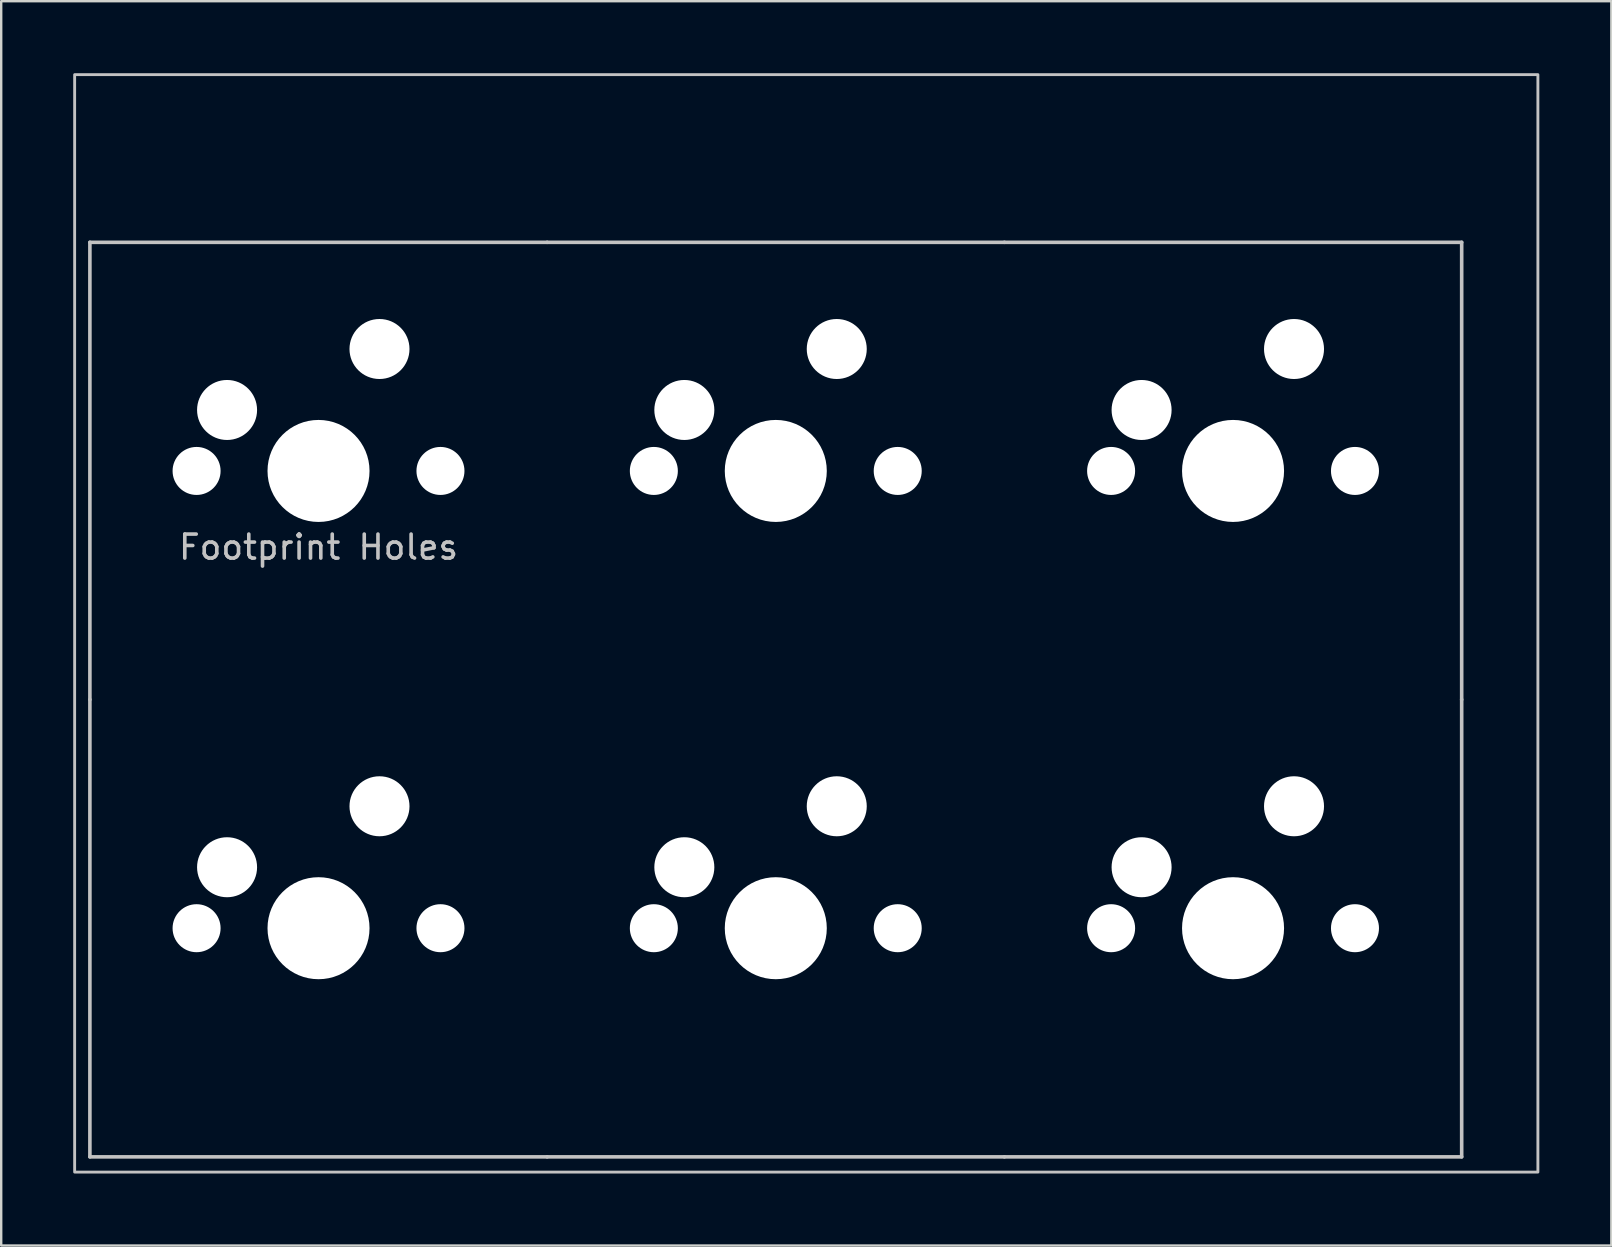
<source format=kicad_pcb>
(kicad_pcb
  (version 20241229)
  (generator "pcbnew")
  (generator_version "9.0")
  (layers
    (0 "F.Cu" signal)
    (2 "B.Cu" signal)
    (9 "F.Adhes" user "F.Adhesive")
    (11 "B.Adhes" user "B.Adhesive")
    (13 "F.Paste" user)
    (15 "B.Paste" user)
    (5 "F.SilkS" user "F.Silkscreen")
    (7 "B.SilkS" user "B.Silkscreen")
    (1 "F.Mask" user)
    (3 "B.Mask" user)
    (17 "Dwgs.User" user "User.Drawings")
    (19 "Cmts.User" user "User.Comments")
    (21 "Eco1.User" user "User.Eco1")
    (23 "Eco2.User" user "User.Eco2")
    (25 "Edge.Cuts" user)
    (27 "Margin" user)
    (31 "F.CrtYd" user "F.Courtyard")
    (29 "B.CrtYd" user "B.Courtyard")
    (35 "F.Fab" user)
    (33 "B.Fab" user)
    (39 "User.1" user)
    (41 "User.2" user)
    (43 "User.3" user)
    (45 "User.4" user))
  (footprint "Footprint Holes"
    (layer "F.Cu")
    (at 29.27 25.46)
    (property "Reference" "Footprint Holes" (at -19.05 -5.715 0) (layer "Dwgs.User") (effects (font (size 1 1) (thickness 0.15))))
    (attr through_hole)
    (fp_line (start -28.575 -18.415) (end -9.525 -18.415) (stroke (width 0.15) (type solid)) (layer "Dwgs.User"))
    (fp_line (start -28.575 0.635) (end -28.575 -18.415) (stroke (width 0.15) (type solid)) (layer "Dwgs.User"))
    (fp_line (start -28.575 19.685) (end -28.575 0.635) (stroke (width 0.15) (type solid)) (layer "Dwgs.User"))
    (fp_line (start -9.525 -18.415) (end 9.525 -18.415) (stroke (width 0.15) (type solid)) (layer "Dwgs.User"))
    (fp_line (start -9.525 19.685) (end -28.575 19.685) (stroke (width 0.15) (type solid)) (layer "Dwgs.User"))
    (fp_line (start 9.525 -18.415) (end 28.575 -18.415) (stroke (width 0.15) (type solid)) (layer "Dwgs.User"))
    (fp_line (start 9.525 19.685) (end -9.525 19.685) (stroke (width 0.15) (type solid)) (layer "Dwgs.User"))
    (fp_line (start 28.575 -18.415) (end 28.575 0.635) (stroke (width 0.15) (type solid)) (layer "Dwgs.User"))
    (fp_line (start 28.575 0.635) (end 28.575 19.685) (stroke (width 0.15) (type solid)) (layer "Dwgs.User"))
    (fp_line (start 28.575 19.685) (end 9.525 19.685) (stroke (width 0.15) (type solid)) (layer "Dwgs.User"))
    (fp_rect (start -29.21 -25.4) (end 31.75 20.32) (stroke (width 0.12) (type solid)) (fill no) (layer "Dwgs.User"))
    (pad "" np_thru_hole circle (at -24.13 -8.89 48.099) (size 2 2) (drill 2) (layers "*.Cu" "*.Mask"))
    (pad "" np_thru_hole circle (at -24.13 10.16 48.099) (size 2 2) (drill 2) (layers "*.Cu" "*.Mask"))
    (pad "" np_thru_hole circle (at -22.86 -11.43) (size 2.5 2.5) (drill 2.5) (layers "*.Cu" "*.Mask"))
    (pad "" np_thru_hole circle (at -22.86 7.62) (size 2.5 2.5) (drill 2.5) (layers "*.Cu" "*.Mask"))
    (pad "" np_thru_hole circle (at -19.05 -8.89) (size 4.25 4.25) (drill 4.25) (layers "*.Cu" "*.Mask"))
    (pad "" np_thru_hole circle (at -19.05 10.16) (size 4.25 4.25) (drill 4.25) (layers "*.Cu" "*.Mask"))
    (pad "" np_thru_hole circle (at -16.51 -13.97) (size 2.5 2.5) (drill 2.5) (layers "*.Cu" "*.Mask"))
    (pad "" np_thru_hole circle (at -16.51 5.08) (size 2.5 2.5) (drill 2.5) (layers "*.Cu" "*.Mask"))
    (pad "" np_thru_hole circle (at -13.97 -8.89 48.099) (size 2 2) (drill 2) (layers "*.Cu" "*.Mask"))
    (pad "" np_thru_hole circle (at -13.97 10.16 48.099) (size 2 2) (drill 2) (layers "*.Cu" "*.Mask"))
    (pad "" np_thru_hole circle (at -5.08 -8.89 48.099) (size 2 2) (drill 2) (layers "*.Cu" "*.Mask"))
    (pad "" np_thru_hole circle (at -5.08 10.16 48.099) (size 2 2) (drill 2) (layers "*.Cu" "*.Mask"))
    (pad "" np_thru_hole circle (at -3.81 -11.43) (size 2.5 2.5) (drill 2.5) (layers "*.Cu" "*.Mask"))
    (pad "" np_thru_hole circle (at -3.81 7.62) (size 2.5 2.5) (drill 2.5) (layers "*.Cu" "*.Mask"))
    (pad "" np_thru_hole circle (at 0 -8.89) (size 4.25 4.25) (drill 4.25) (layers "*.Cu" "*.Mask"))
    (pad "" np_thru_hole circle (at 0 10.16) (size 4.25 4.25) (drill 4.25) (layers "*.Cu" "*.Mask"))
    (pad "" np_thru_hole circle (at 2.54 -13.97) (size 2.5 2.5) (drill 2.5) (layers "*.Cu" "*.Mask"))
    (pad "" np_thru_hole circle (at 2.54 5.08) (size 2.5 2.5) (drill 2.5) (layers "*.Cu" "*.Mask"))
    (pad "" np_thru_hole circle (at 5.08 -8.89 48.099) (size 2 2) (drill 2) (layers "*.Cu" "*.Mask"))
    (pad "" np_thru_hole circle (at 5.08 10.16 48.099) (size 2 2) (drill 2) (layers "*.Cu" "*.Mask"))
    (pad "" np_thru_hole circle (at 13.97 -8.89 48.099) (size 2 2) (drill 2) (layers "*.Cu" "*.Mask"))
    (pad "" np_thru_hole circle (at 13.97 10.16 48.099) (size 2 2) (drill 2) (layers "*.Cu" "*.Mask"))
    (pad "" np_thru_hole circle (at 15.24 -11.43) (size 2.5 2.5) (drill 2.5) (layers "*.Cu" "*.Mask"))
    (pad "" np_thru_hole circle (at 15.24 7.62) (size 2.5 2.5) (drill 2.5) (layers "*.Cu" "*.Mask"))
    (pad "" np_thru_hole circle (at 19.05 -8.89) (size 4.25 4.25) (drill 4.25) (layers "*.Cu" "*.Mask"))
    (pad "" np_thru_hole circle (at 19.05 10.16) (size 4.25 4.25) (drill 4.25) (layers "*.Cu" "*.Mask"))
    (pad "" np_thru_hole circle (at 21.59 -13.97) (size 2.5 2.5) (drill 2.5) (layers "*.Cu" "*.Mask"))
    (pad "" np_thru_hole circle (at 21.59 5.08) (size 2.5 2.5) (drill 2.5) (layers "*.Cu" "*.Mask"))
    (pad "" np_thru_hole circle (at 24.13 -8.89 48.099) (size 2 2) (drill 2) (layers "*.Cu" "*.Mask"))
    (pad "" np_thru_hole circle (at 24.13 10.16 48.099) (size 2 2) (drill 2) (layers "*.Cu" "*.Mask")))
  (gr_rect
    (start -3 -3)
    (end 64.08 48.84)
    (stroke (width 0.1) (type default))
    (fill no)
    (layer "Edge.Cuts")))
</source>
